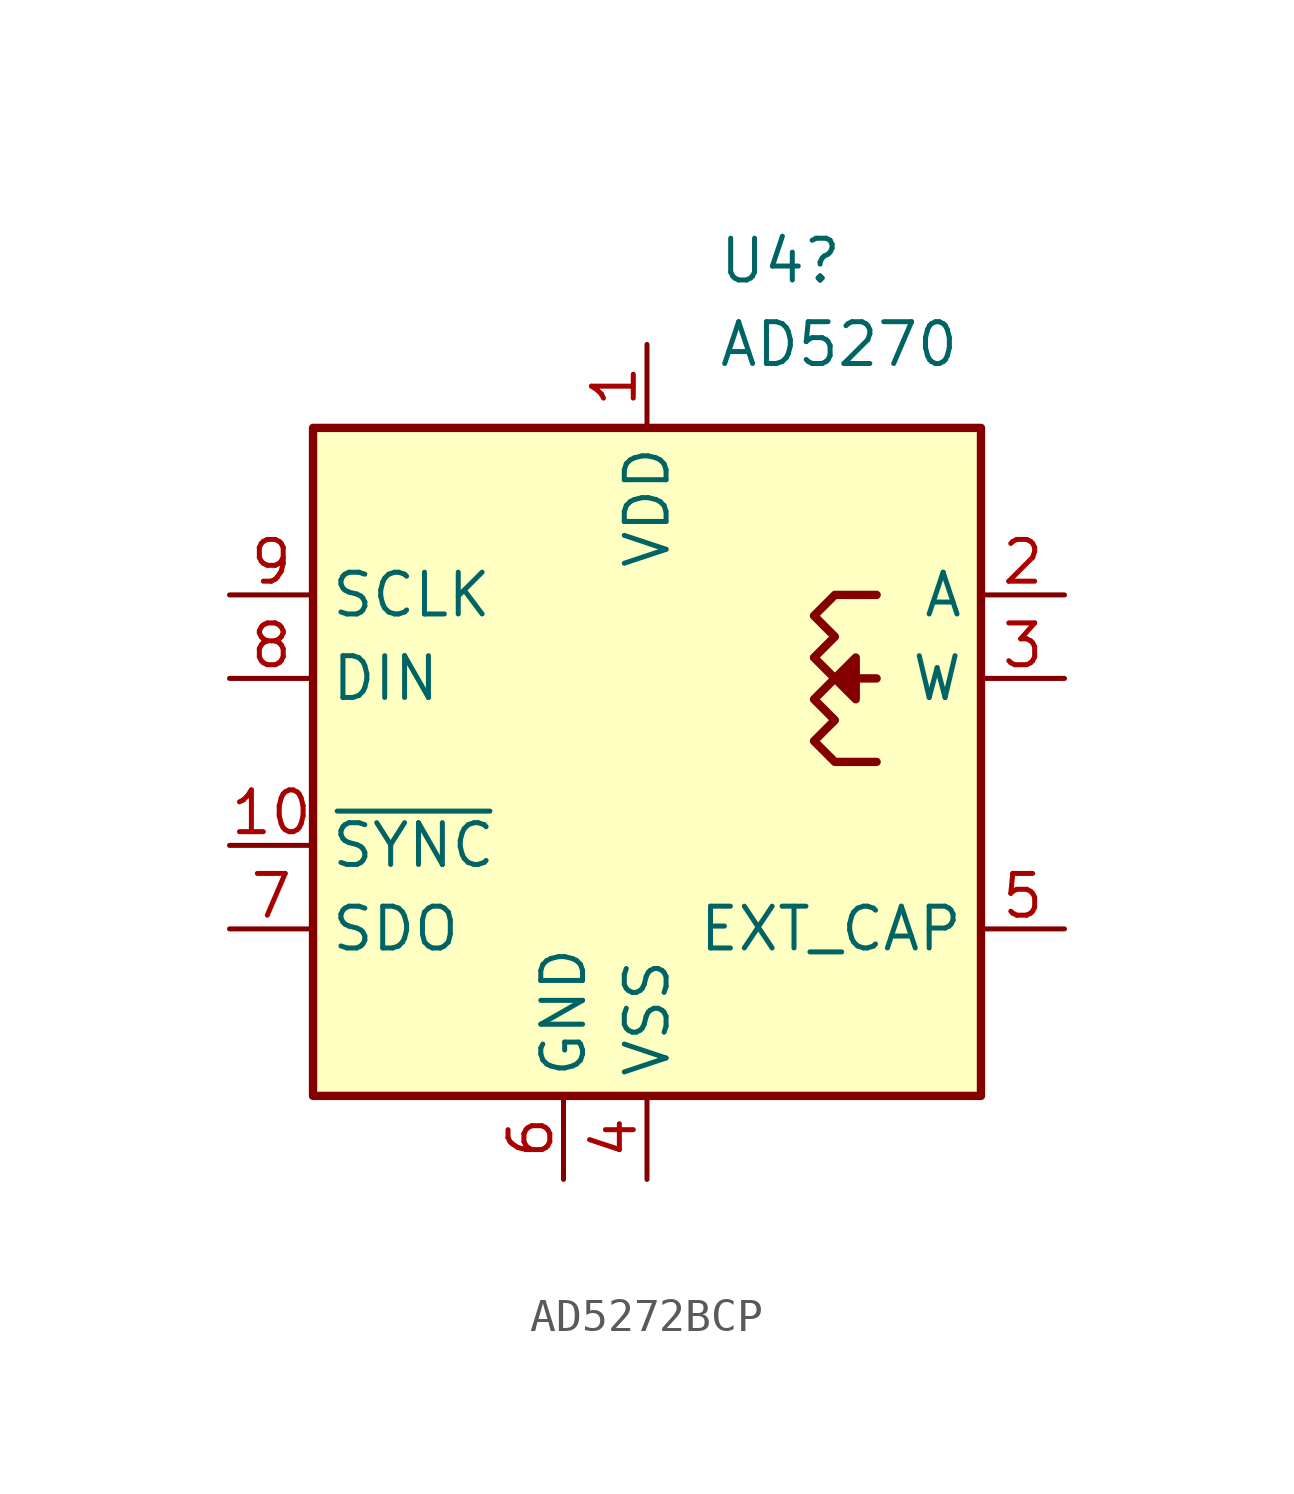
<source format=kicad_sym>
(kicad_symbol_lib
  (version 20241209)
  (generator "kicad_symbol_editor")
  (generator_version "9.0")
  (symbol "AD5272BCP"
    (property "Reference" "U4"
      (at 2.143 15.24 0)
      (effects (font (size 1.27 1.27)) (justify left)))
    (property "Value" "AD5270"
      (at 2.143 12.7 0)
      (effects (font (size 1.27 1.27)) (justify left)))
    (symbol "AD5272BCP_0_1"
      (rectangle (start -10.16 10.16) (end 10.16 -10.16) (stroke (width 0.254) (type default)) (fill (type background)))
      (polyline (pts (xy 6.985 5.08) (xy 5.715 5.08) (xy 5.08 4.445) (xy 5.715 3.81) (xy 5.08 3.175) (xy 5.715 2.54) (xy 5.08 1.905) (xy 5.715 1.27) (xy 5.08 0.635) (xy 5.715 0) (xy 6.985 0)) (stroke (width 0.254) (type default)) (fill (type none)))
      (polyline (pts (xy 6.985 2.54) (xy 6.35 2.54) (xy 5.715 2.54) (xy 6.35 3.175) (xy 6.35 1.905) (xy 5.715 2.54)) (stroke (width 0.254) (type default)) (fill (type outline))))
    (symbol "AD5272BCP_1_1"
      (pin input line (at -12.7 5.08 0) (length 2.54) (name "SCLK" (effects (font (size 1.27 1.27)))) (number "9" (effects (font (size 1.27 1.27)))))
      (pin bidirectional line (at -12.7 2.54 0) (length 2.54) (name "DIN" (effects (font (size 1.27 1.27)))) (number "8" (effects (font (size 1.27 1.27)))))
      (pin passive line (at -12.7 -2.54 0) (length 2.54) (name "~{SYNC}" (effects (font (size 1.27 1.27)))) (number "10" (effects (font (size 1.27 1.27)))))
      (pin input line (at -12.7 -5.08 0) (length 2.54) (name "SDO" (effects (font (size 1.27 1.27)))) (number "7" (effects (font (size 1.27 1.27)))))
      (pin power_in line (at -2.54 -12.7 90) (length 2.54) (name "GND" (effects (font (size 1.27 1.27)))) (number "6" (effects (font (size 1.27 1.27)))))
      (pin power_in line (at 0 12.7 270) (length 2.54) (name "VDD" (effects (font (size 1.27 1.27)))) (number "1" (effects (font (size 1.27 1.27)))))
      (pin power_in line (at 0 -12.7 90) (length 2.54) (name "VSS" (effects (font (size 1.27 1.27)))) (number "4" (effects (font (size 1.27 1.27)))))
      (pin passive line (at 12.7 5.08 180) (length 2.54) (name "A" (effects (font (size 1.27 1.27)))) (number "2" (effects (font (size 1.27 1.27)))))
      (pin passive line (at 12.7 2.54 180) (length 2.54) (name "W" (effects (font (size 1.27 1.27)))) (number "3" (effects (font (size 1.27 1.27)))))
      (pin passive line (at 12.7 -5.08 180) (length 2.54) (name "EXT_CAP" (effects (font (size 1.27 1.27)))) (number "5" (effects (font (size 1.27 1.27))))))))
</source>
